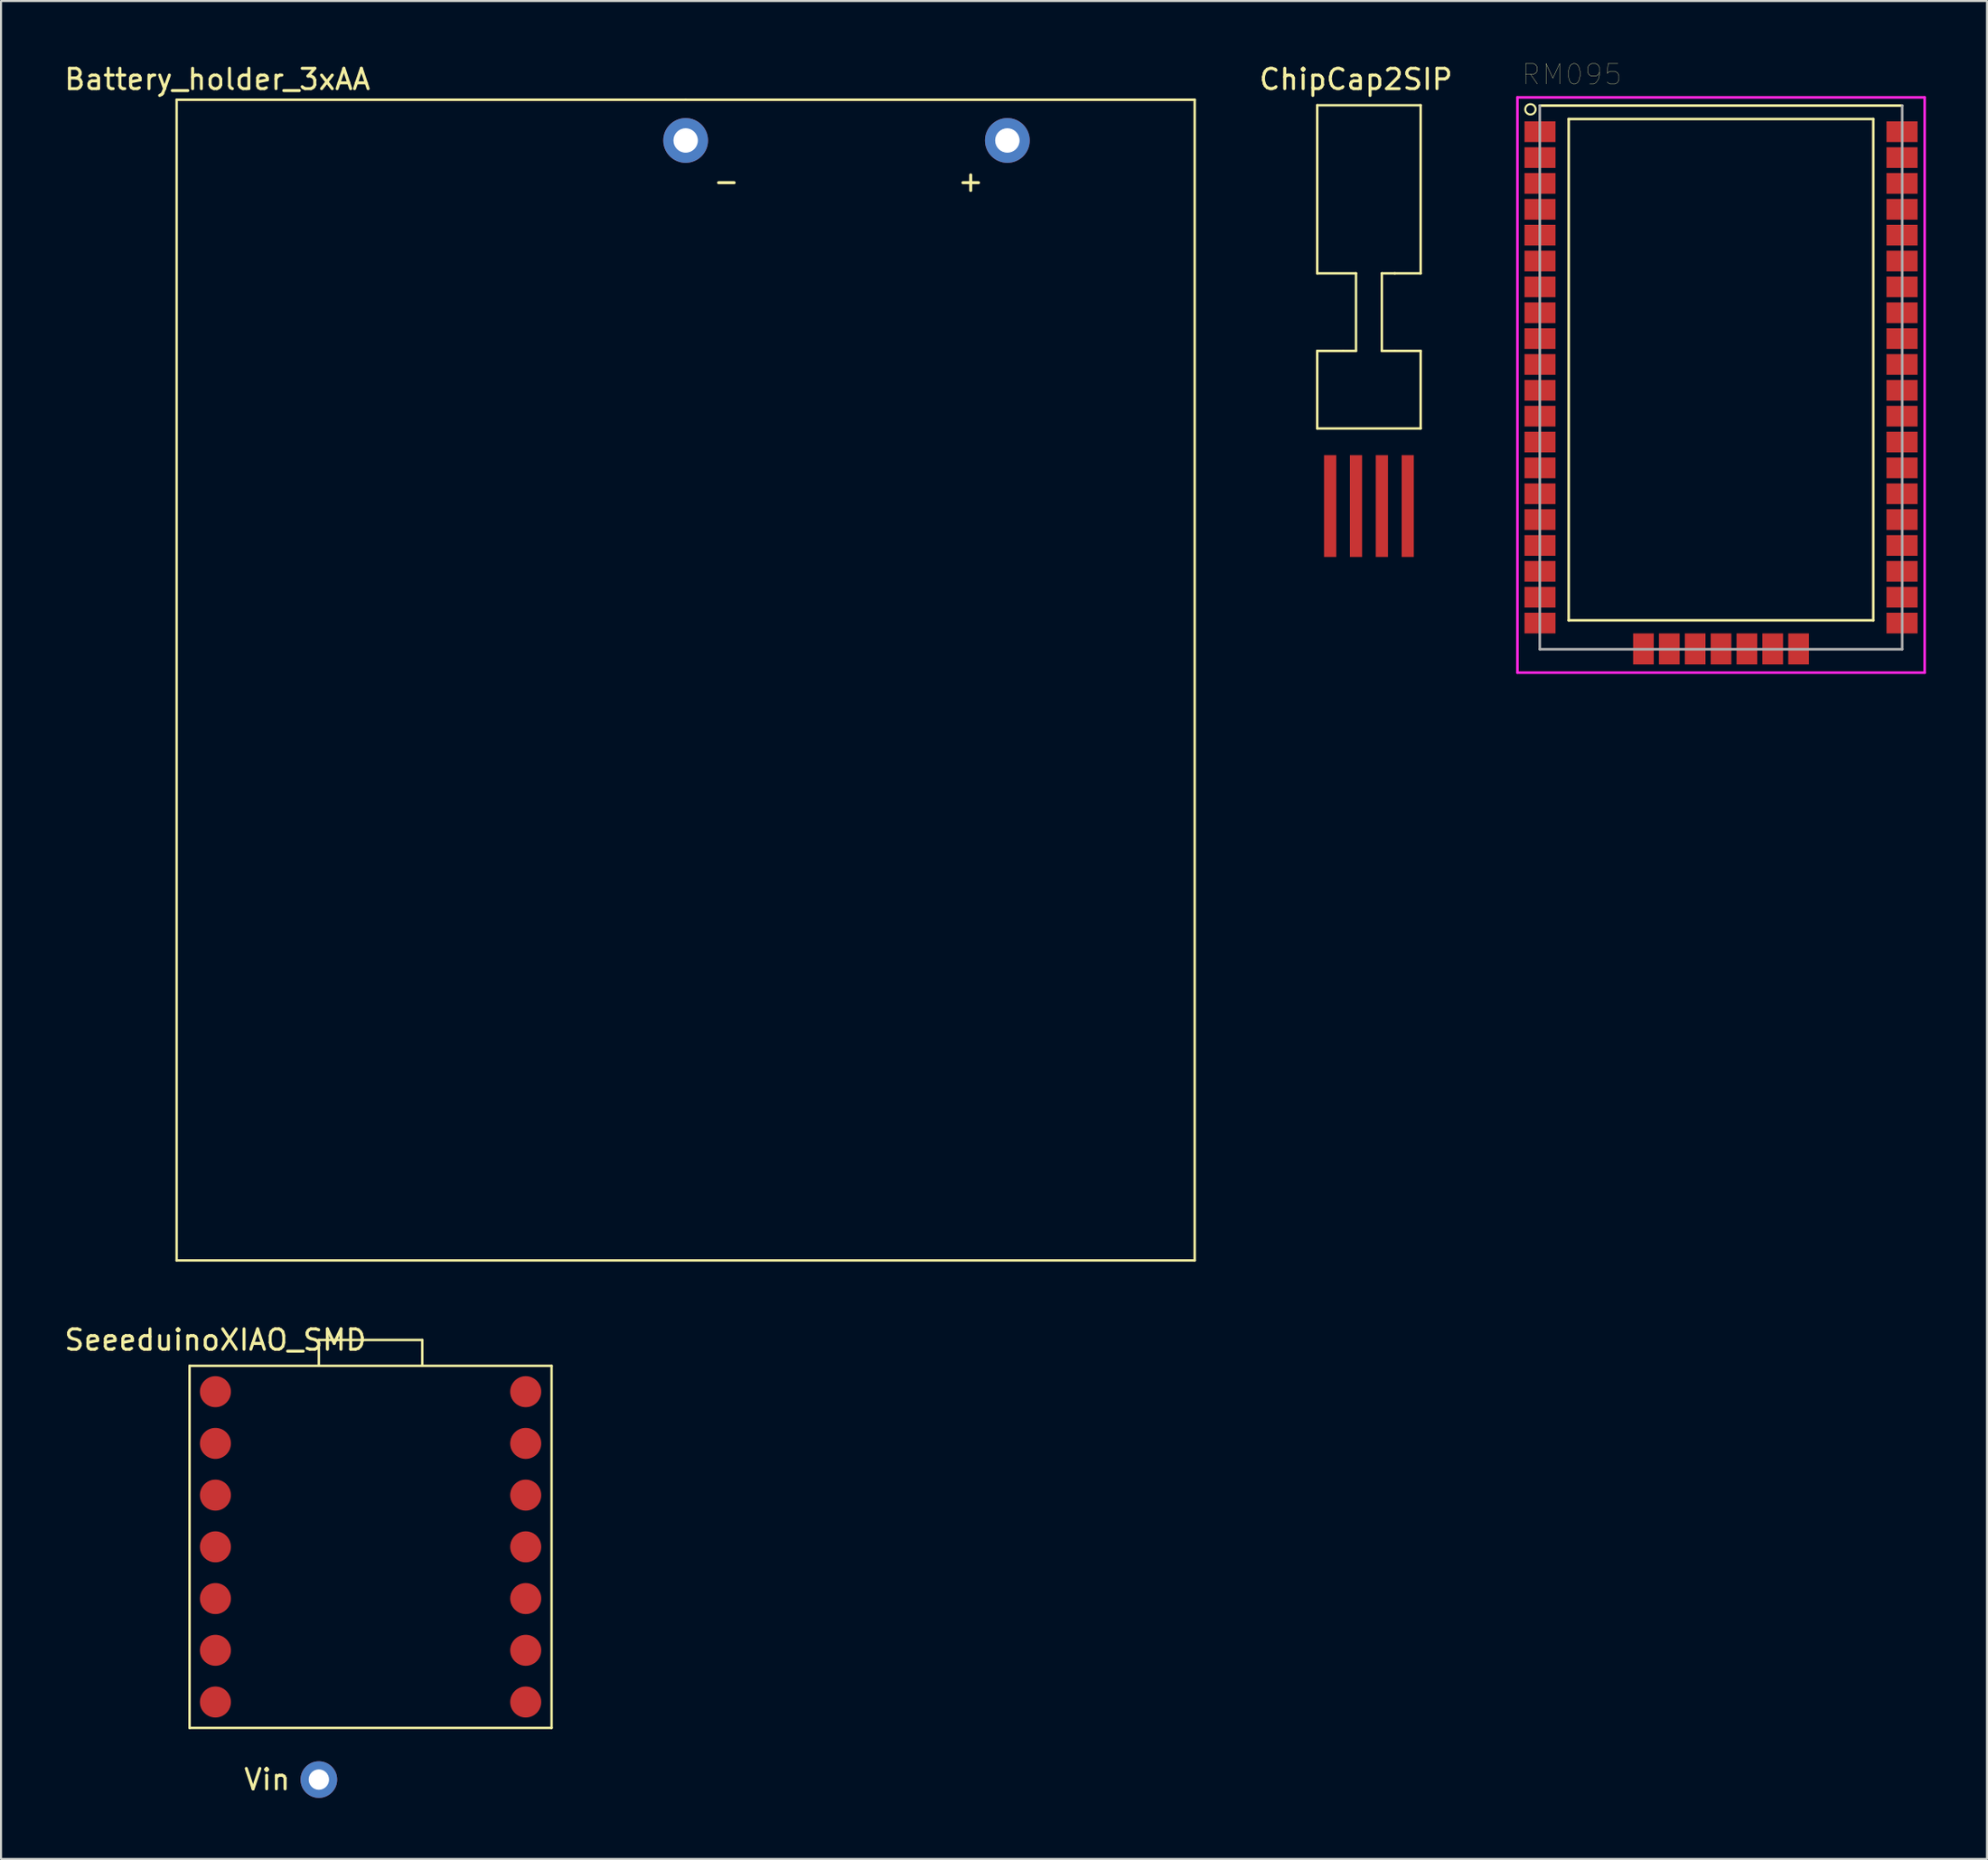
<source format=kicad_pcb>
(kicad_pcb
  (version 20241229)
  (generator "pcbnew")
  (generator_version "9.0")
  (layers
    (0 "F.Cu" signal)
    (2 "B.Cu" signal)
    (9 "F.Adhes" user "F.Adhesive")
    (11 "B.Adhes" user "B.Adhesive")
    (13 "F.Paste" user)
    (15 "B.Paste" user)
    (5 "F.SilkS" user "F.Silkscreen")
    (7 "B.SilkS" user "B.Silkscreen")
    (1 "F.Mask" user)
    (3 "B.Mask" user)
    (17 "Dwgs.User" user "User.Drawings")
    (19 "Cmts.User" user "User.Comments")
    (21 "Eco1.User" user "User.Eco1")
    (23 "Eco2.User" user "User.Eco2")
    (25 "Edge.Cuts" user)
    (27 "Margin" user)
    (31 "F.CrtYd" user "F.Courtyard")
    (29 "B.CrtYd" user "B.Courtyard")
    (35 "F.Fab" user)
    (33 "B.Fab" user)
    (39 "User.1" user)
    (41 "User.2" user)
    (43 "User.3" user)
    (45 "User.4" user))
  (footprint "SeeeduinoXIAO_SMD"
    (layer "F.Cu")
    (at 15.15 72.916)
    (property "Reference" "SeeeduinoXIAO_SMD" (at -7.62 -10.16 0) (layer "F.SilkS") (effects (font (size 1 1) (thickness 0.15))))
    (attr through_hole)
    (fp_line (start -8.89 -8.89) (end -8.89 8.89) (stroke (width 0.12) (type solid)) (layer "F.SilkS"))
    (fp_line (start -8.89 8.89) (end 8.89 8.89) (stroke (width 0.12) (type solid)) (layer "F.SilkS"))
    (fp_line (start -2.54 -10.16) (end 2.54 -10.16) (stroke (width 0.12) (type solid)) (layer "F.SilkS"))
    (fp_line (start -2.54 -8.89) (end -2.54 -10.16) (stroke (width 0.12) (type solid)) (layer "F.SilkS"))
    (fp_line (start 2.54 -10.16) (end 2.54 -8.89) (stroke (width 0.12) (type solid)) (layer "F.SilkS"))
    (fp_line (start 8.89 -8.89) (end -8.89 -8.89) (stroke (width 0.12) (type solid)) (layer "F.SilkS"))
    (fp_line (start 8.89 8.89) (end 8.89 -8.89) (stroke (width 0.12) (type solid)) (layer "F.SilkS"))
    (fp_text user "Vin" (at -5.08 11.43 0) (layer "F.SilkS") (effects (font (size 1 1) (thickness 0.15))))
    (pad "1" smd circle (at -7.62 -7.62) (size 1.524 1.524) (layers "F.Cu" "F.Mask" "F.Paste"))
    (pad "2" smd circle (at -7.62 -5.08) (size 1.524 1.524) (layers "F.Cu" "F.Mask" "F.Paste"))
    (pad "3" smd circle (at -7.62 -2.54) (size 1.524 1.524) (layers "F.Cu" "F.Mask" "F.Paste"))
    (pad "4" smd circle (at -7.62 0) (size 1.524 1.524) (layers "F.Cu" "F.Mask" "F.Paste"))
    (pad "5" smd circle (at -7.62 2.54) (size 1.524 1.524) (layers "F.Cu" "F.Mask" "F.Paste"))
    (pad "6" smd circle (at -7.62 5.08) (size 1.524 1.524) (layers "F.Cu" "F.Mask" "F.Paste"))
    (pad "7" smd circle (at -7.62 7.62) (size 1.524 1.524) (layers "F.Cu" "F.Mask" "F.Paste"))
    (pad "8" smd circle (at 7.62 7.62) (size 1.524 1.524) (layers "F.Cu" "F.Mask" "F.Paste"))
    (pad "9" smd circle (at 7.62 5.08) (size 1.524 1.524) (layers "F.Cu" "F.Mask" "F.Paste"))
    (pad "10" smd circle (at 7.62 2.54) (size 1.524 1.524) (layers "F.Cu" "F.Mask" "F.Paste"))
    (pad "11" smd circle (at 7.62 0) (size 1.524 1.524) (layers "F.Cu" "F.Mask" "F.Paste"))
    (pad "12" smd circle (at 7.62 -2.54) (size 1.524 1.524) (layers "F.Cu" "F.Mask" "F.Paste"))
    (pad "13" smd circle (at 7.62 -5.08) (size 1.524 1.524) (layers "F.Cu" "F.Mask" "F.Paste"))
    (pad "14" smd circle (at 7.62 -7.62) (size 1.524 1.524) (layers "F.Cu" "F.Mask" "F.Paste"))
    (pad "15" thru_hole circle (at -2.54 11.43) (size 1.8 1.8) (drill 1) (layers "*.Cu" "*.Mask")))
  (footprint "Battery_holder_3xAA"
    (layer "F.Cu")
    (at 30.625 3.848)
    (property "Reference" "Battery_holder_3xAA" (at -23 -3 0) (layer "F.SilkS") (effects (font (size 1 1) (thickness 0.15))))
    (attr through_hole)
    (fp_line (start -25 -2) (end 0 -2) (stroke (width 0.12) (type solid)) (layer "F.SilkS"))
    (fp_line (start -25 55) (end -25 -2) (stroke (width 0.12) (type solid)) (layer "F.SilkS"))
    (fp_line (start 0 -2) (end 25 -2) (stroke (width 0.12) (type solid)) (layer "F.SilkS"))
    (fp_line (start 25 -2) (end 25 55) (stroke (width 0.12) (type solid)) (layer "F.SilkS"))
    (fp_line (start 25 55) (end -25 55) (stroke (width 0.12) (type solid)) (layer "F.SilkS"))
    (fp_text user "-" (at 2 2 0) (layer "F.SilkS") (effects (font (size 1 1) (thickness 0.15))))
    (fp_text user "+" (at 14 2 0) (layer "F.SilkS") (effects (font (size 1 1) (thickness 0.15))))
    (pad "1" thru_hole circle (at 15.8 0) (size 2.2 2.2) (drill 1.2) (layers "*.Cu" "*.Mask"))
    (pad "2" thru_hole circle (at 0 0) (size 2.2 2.2) (drill 1.2) (layers "*.Cu" "*.Mask")))
  (footprint "RM095"
    (layer "F.Cu")
    (at 81.475 15.484)
    (property "Reference" "RM095" (at -7.329 -14.873 0) (layer "F.SilkS") (effects (font (size 1.001 1.001) (thickness 0.015))))
    (attr through_hole)
    (fp_line (start -7.48 -12.69) (end -7.48 11.93) (stroke (width 0.127) (type solid)) (layer "F.SilkS"))
    (fp_line (start -7.48 11.93) (end 7.48 11.93) (stroke (width 0.127) (type solid)) (layer "F.SilkS"))
    (fp_line (start 7.48 -12.69) (end -7.48 -12.69) (stroke (width 0.127) (type solid)) (layer "F.SilkS"))
    (fp_line (start 7.48 11.93) (end 7.48 -12.69) (stroke (width 0.127) (type solid)) (layer "F.SilkS"))
    (fp_line (start 8.9 -13.35) (end -8.9 -13.35) (stroke (width 0.127) (type solid)) (layer "F.SilkS"))
    (fp_circle (center -9.36 -13.165) (end -9.106 -13.165) (stroke (width 0.1) (type solid)) (fill no) (layer "F.SilkS"))
    (fp_line (start -10 -13.75) (end 10 -13.75) (stroke (width 0.127) (type solid)) (layer "F.CrtYd"))
    (fp_line (start -10 14.5) (end -10 -13.75) (stroke (width 0.127) (type solid)) (layer "F.CrtYd"))
    (fp_line (start 10 -13.75) (end 10 14.5) (stroke (width 0.127) (type solid)) (layer "F.CrtYd"))
    (fp_line (start 10 14.5) (end -10 14.5) (stroke (width 0.127) (type solid)) (layer "F.CrtYd"))
    (fp_line (start -8.9 -13.35) (end -8.9 13.35) (stroke (width 0.127) (type solid)) (layer "F.Fab"))
    (fp_line (start -8.9 13.35) (end 8.9 13.35) (stroke (width 0.127) (type solid)) (layer "F.Fab"))
    (fp_line (start 8.9 13.35) (end 8.9 -13.35) (stroke (width 0.127) (type solid)) (layer "F.Fab"))
    (pad "1" smd rect (at -8.89 -12.065) (size 1.524 1.016) (layers "F.Cu" "F.Mask" "F.Paste"))
    (pad "2" smd rect (at -8.89 -10.795) (size 1.524 1.016) (layers "F.Cu" "F.Mask" "F.Paste"))
    (pad "3" smd rect (at -8.89 -9.525) (size 1.524 1.016) (layers "F.Cu" "F.Mask" "F.Paste"))
    (pad "4" smd rect (at -8.89 -8.255) (size 1.524 1.016) (layers "F.Cu" "F.Mask" "F.Paste"))
    (pad "5" smd rect (at -8.89 -6.985) (size 1.524 1.016) (layers "F.Cu" "F.Mask" "F.Paste"))
    (pad "6" smd rect (at -8.89 -5.715) (size 1.524 1.016) (layers "F.Cu" "F.Mask" "F.Paste"))
    (pad "7" smd rect (at -8.89 -4.445) (size 1.524 1.016) (layers "F.Cu" "F.Mask" "F.Paste"))
    (pad "8" smd rect (at -8.89 -3.175) (size 1.524 1.016) (layers "F.Cu" "F.Mask" "F.Paste"))
    (pad "9" smd rect (at -8.89 -1.905) (size 1.524 1.016) (layers "F.Cu" "F.Mask" "F.Paste"))
    (pad "10" smd rect (at -8.89 -0.635) (size 1.524 1.016) (layers "F.Cu" "F.Mask" "F.Paste"))
    (pad "11" smd rect (at -8.89 0.635) (size 1.524 1.016) (layers "F.Cu" "F.Mask" "F.Paste"))
    (pad "12" smd rect (at -8.89 1.905) (size 1.524 1.016) (layers "F.Cu" "F.Mask" "F.Paste"))
    (pad "13" smd rect (at -8.89 3.175) (size 1.524 1.016) (layers "F.Cu" "F.Mask" "F.Paste"))
    (pad "14" smd rect (at -8.89 4.445) (size 1.524 1.016) (layers "F.Cu" "F.Mask" "F.Paste"))
    (pad "15" smd rect (at -8.89 5.715) (size 1.524 1.016) (layers "F.Cu" "F.Mask" "F.Paste"))
    (pad "16" smd rect (at -8.89 6.985) (size 1.524 1.016) (layers "F.Cu" "F.Mask" "F.Paste"))
    (pad "17" smd rect (at -8.89 8.255) (size 1.524 1.016) (layers "F.Cu" "F.Mask" "F.Paste"))
    (pad "18" smd rect (at -8.89 9.525) (size 1.524 1.016) (layers "F.Cu" "F.Mask" "F.Paste"))
    (pad "19" smd rect (at -8.89 10.795) (size 1.524 1.016) (layers "F.Cu" "F.Mask" "F.Paste"))
    (pad "20" smd rect (at -8.89 12.065) (size 1.524 1.016) (layers "F.Cu" "F.Mask" "F.Paste"))
    (pad "21" smd rect (at -3.81 13.335) (size 1.016 1.524) (layers "F.Cu" "F.Mask" "F.Paste"))
    (pad "22" smd rect (at -2.54 13.335) (size 1.016 1.524) (layers "F.Cu" "F.Mask" "F.Paste"))
    (pad "23" smd rect (at -1.27 13.335) (size 1.016 1.524) (layers "F.Cu" "F.Mask" "F.Paste"))
    (pad "24" smd rect (at 0 13.335) (size 1.016 1.524) (layers "F.Cu" "F.Mask" "F.Paste"))
    (pad "25" smd rect (at 1.27 13.335) (size 1.016 1.524) (layers "F.Cu" "F.Mask" "F.Paste"))
    (pad "26" smd rect (at 2.54 13.335) (size 1.016 1.524) (layers "F.Cu" "F.Mask" "F.Paste"))
    (pad "27" smd rect (at 3.81 13.335) (size 1.016 1.524) (layers "F.Cu" "F.Mask" "F.Paste"))
    (pad "28" smd rect (at 8.89 12.065) (size 1.524 1.016) (layers "F.Cu" "F.Mask" "F.Paste"))
    (pad "29" smd rect (at 8.89 10.795) (size 1.524 1.016) (layers "F.Cu" "F.Mask" "F.Paste"))
    (pad "30" smd rect (at 8.89 9.525) (size 1.524 1.016) (layers "F.Cu" "F.Mask" "F.Paste"))
    (pad "31" smd rect (at 8.89 8.255) (size 1.524 1.016) (layers "F.Cu" "F.Mask" "F.Paste"))
    (pad "32" smd rect (at 8.89 6.985) (size 1.524 1.016) (layers "F.Cu" "F.Mask" "F.Paste"))
    (pad "33" smd rect (at 8.89 5.715) (size 1.524 1.016) (layers "F.Cu" "F.Mask" "F.Paste"))
    (pad "34" smd rect (at 8.89 4.445) (size 1.524 1.016) (layers "F.Cu" "F.Mask" "F.Paste"))
    (pad "35" smd rect (at 8.89 3.175) (size 1.524 1.016) (layers "F.Cu" "F.Mask" "F.Paste"))
    (pad "36" smd rect (at 8.89 1.905) (size 1.524 1.016) (layers "F.Cu" "F.Mask" "F.Paste"))
    (pad "37" smd rect (at 8.89 0.635) (size 1.524 1.016) (layers "F.Cu" "F.Mask" "F.Paste"))
    (pad "38" smd rect (at 8.89 -0.635) (size 1.524 1.016) (layers "F.Cu" "F.Mask" "F.Paste"))
    (pad "39" smd rect (at 8.89 -1.905) (size 1.524 1.016) (layers "F.Cu" "F.Mask" "F.Paste"))
    (pad "40" smd rect (at 8.89 -3.175) (size 1.524 1.016) (layers "F.Cu" "F.Mask" "F.Paste"))
    (pad "41" smd rect (at 8.89 -4.445) (size 1.524 1.016) (layers "F.Cu" "F.Mask" "F.Paste"))
    (pad "42" smd rect (at 8.89 -5.715) (size 1.524 1.016) (layers "F.Cu" "F.Mask" "F.Paste"))
    (pad "43" smd rect (at 8.89 -6.985) (size 1.524 1.016) (layers "F.Cu" "F.Mask" "F.Paste"))
    (pad "44" smd rect (at 8.89 -8.255) (size 1.524 1.016) (layers "F.Cu" "F.Mask" "F.Paste"))
    (pad "45" smd rect (at 8.89 -9.525) (size 1.524 1.016) (layers "F.Cu" "F.Mask" "F.Paste"))
    (pad "46" smd rect (at 8.89 -10.795) (size 1.524 1.016) (layers "F.Cu" "F.Mask" "F.Paste"))
    (pad "47" smd rect (at 8.89 -12.065) (size 1.524 1.016) (layers "F.Cu" "F.Mask" "F.Paste")))
  (footprint "ChipCap2SIP"
    (layer "F.Cu")
    (at 64.183 19.263)
    (property "Reference" "ChipCap2SIP" (at -0.635 -18.415 0) (layer "F.SilkS") (effects (font (size 1 1) (thickness 0.15))))
    (attr through_hole)
    (fp_line (start -2.54 -17.145) (end 2.54 -17.145) (stroke (width 0.12) (type solid)) (layer "F.SilkS"))
    (fp_line (start -2.54 -8.89) (end -2.54 -17.145) (stroke (width 0.12) (type solid)) (layer "F.SilkS"))
    (fp_line (start -2.54 -1.27) (end -2.54 -5.08) (stroke (width 0.12) (type solid)) (layer "F.SilkS"))
    (fp_line (start -1.27 -5.08) (end -2.54 -5.08) (stroke (width 0.12) (type solid)) (layer "F.SilkS"))
    (fp_line (start -1.27 -5.08) (end -0.635 -5.08) (stroke (width 0.12) (type solid)) (layer "F.SilkS"))
    (fp_line (start -0.635 -8.89) (end -2.54 -8.89) (stroke (width 0.12) (type solid)) (layer "F.SilkS"))
    (fp_line (start -0.635 -5.08) (end -0.635 -8.89) (stroke (width 0.12) (type solid)) (layer "F.SilkS"))
    (fp_line (start 0.635 -8.89) (end 0.635 -5.08) (stroke (width 0.12) (type solid)) (layer "F.SilkS"))
    (fp_line (start 0.635 -5.08) (end 1.27 -5.08) (stroke (width 0.12) (type solid)) (layer "F.SilkS"))
    (fp_line (start 1.27 -8.89) (end 0.635 -8.89) (stroke (width 0.12) (type solid)) (layer "F.SilkS"))
    (fp_line (start 1.27 -5.08) (end 2.54 -5.08) (stroke (width 0.12) (type solid)) (layer "F.SilkS"))
    (fp_line (start 2.54 -17.145) (end 2.54 -8.89) (stroke (width 0.12) (type solid)) (layer "F.SilkS"))
    (fp_line (start 2.54 -8.89) (end 1.27 -8.89) (stroke (width 0.12) (type solid)) (layer "F.SilkS"))
    (fp_line (start 2.54 -5.08) (end 2.54 -1.27) (stroke (width 0.12) (type solid)) (layer "F.SilkS"))
    (fp_line (start 2.54 -1.27) (end -2.54 -1.27) (stroke (width 0.12) (type solid)) (layer "F.SilkS"))
    (pad "1" smd rect (at -1.905 2.54) (size 0.6 5) (layers "F.Cu" "F.Mask" "F.Paste"))
    (pad "2" smd rect (at -0.635 2.54) (size 0.6 5) (layers "F.Cu" "F.Mask" "F.Paste"))
    (pad "3" smd rect (at 0.635 2.54) (size 0.6 5) (layers "F.Cu" "F.Mask" "F.Paste"))
    (pad "4" smd rect (at 1.905 2.54) (size 0.6 5) (layers "F.Cu" "F.Mask" "F.Paste")))
  (gr_rect
    (start -3 -3)
    (end 94.538 88.246)
    (stroke (width 0.1) (type default))
    (fill no)
    (layer "Edge.Cuts")))
</source>
